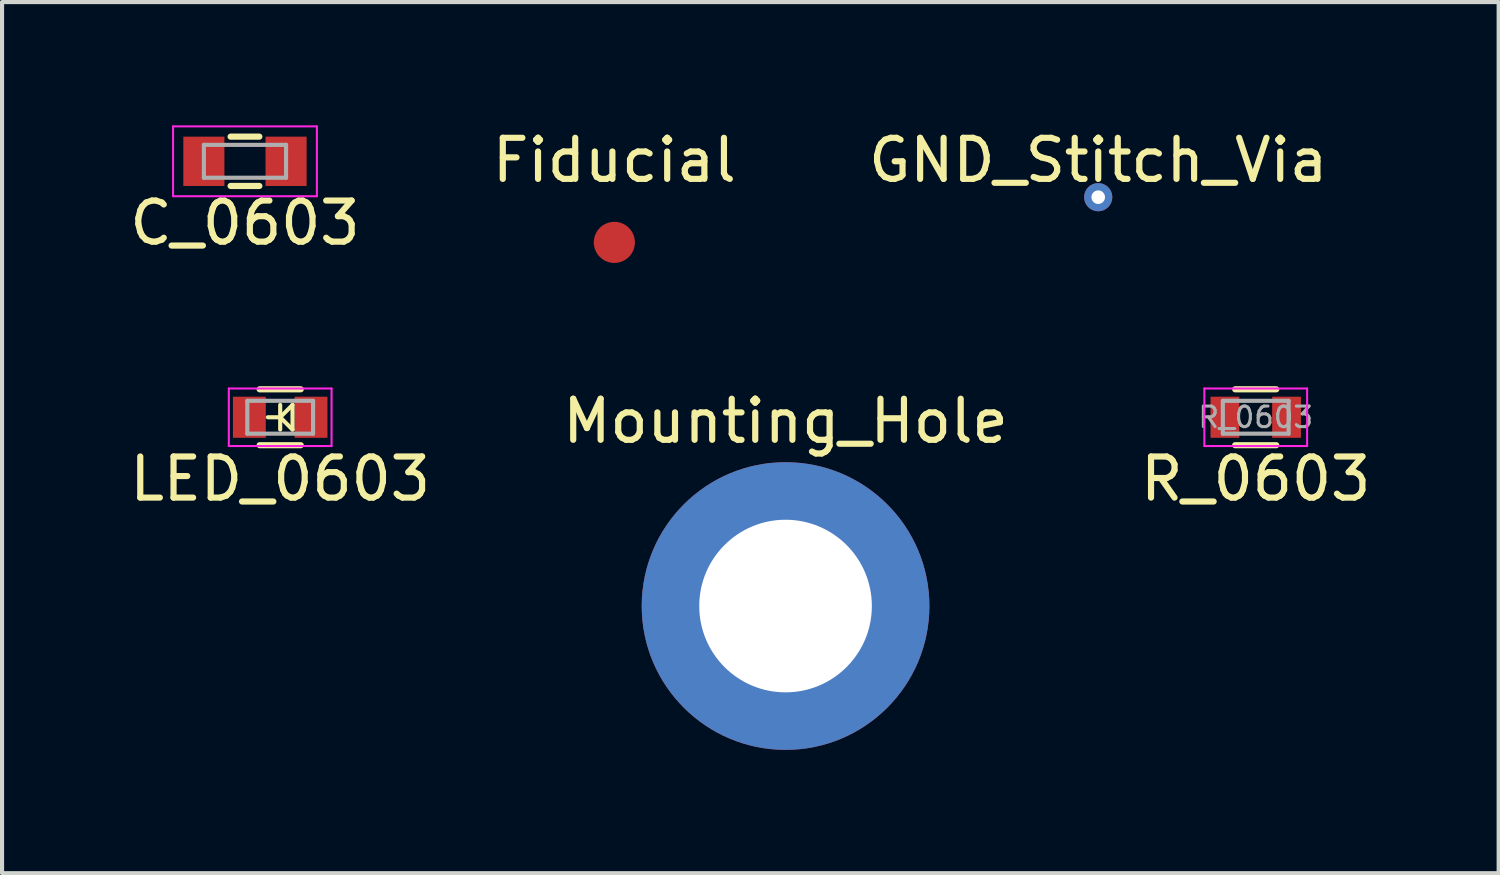
<source format=kicad_pcb>
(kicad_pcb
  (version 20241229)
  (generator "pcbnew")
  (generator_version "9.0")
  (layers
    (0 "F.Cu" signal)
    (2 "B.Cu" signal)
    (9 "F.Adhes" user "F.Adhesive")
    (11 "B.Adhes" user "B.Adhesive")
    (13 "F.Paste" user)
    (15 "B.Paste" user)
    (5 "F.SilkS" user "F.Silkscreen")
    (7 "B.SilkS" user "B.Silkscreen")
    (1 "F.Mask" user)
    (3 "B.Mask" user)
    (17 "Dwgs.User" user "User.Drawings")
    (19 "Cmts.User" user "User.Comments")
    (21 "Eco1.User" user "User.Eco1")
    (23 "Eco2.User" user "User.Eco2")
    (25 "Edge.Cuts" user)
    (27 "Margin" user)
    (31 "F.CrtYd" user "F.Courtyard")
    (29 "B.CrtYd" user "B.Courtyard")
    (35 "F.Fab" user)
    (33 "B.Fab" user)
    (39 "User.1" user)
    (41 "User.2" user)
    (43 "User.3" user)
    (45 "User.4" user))
  (footprint "R_0603"
    (layer "F.Cu")
    (at 27.506 7.103)
    (property "Reference" "R_0603" (at 0 1.5 0) (layer "F.SilkS") (effects (font (size 1 1) (thickness 0.15))))
    (attr smd)
    (fp_line (start -0.5 -0.68) (end 0.5 -0.68) (stroke (width 0.15) (type solid)) (layer "F.SilkS"))
    (fp_line (start 0.5 0.68) (end -0.5 0.68) (stroke (width 0.15) (type solid)) (layer "F.SilkS"))
    (fp_line (start -1.25 -0.7) (end -1.25 0.7) (stroke (width 0.05) (type solid)) (layer "F.CrtYd"))
    (fp_line (start -1.25 -0.7) (end 1.25 -0.7) (stroke (width 0.05) (type solid)) (layer "F.CrtYd"))
    (fp_line (start 1.25 0.7) (end -1.25 0.7) (stroke (width 0.05) (type solid)) (layer "F.CrtYd"))
    (fp_line (start 1.25 0.7) (end 1.25 -0.7) (stroke (width 0.05) (type solid)) (layer "F.CrtYd"))
    (fp_line (start -0.8 -0.4) (end 0.8 -0.4) (stroke (width 0.1) (type solid)) (layer "F.Fab"))
    (fp_line (start -0.8 0.4) (end -0.8 -0.4) (stroke (width 0.1) (type solid)) (layer "F.Fab"))
    (fp_line (start 0.8 -0.4) (end 0.8 0.4) (stroke (width 0.1) (type solid)) (layer "F.Fab"))
    (fp_line (start 0.8 0.4) (end -0.8 0.4) (stroke (width 0.1) (type solid)) (layer "F.Fab"))
    (fp_text user "${REFERENCE}" (at 0 0 0) (layer "F.Fab") (effects (font (size 0.5 0.5) (thickness 0.075))))
    (pad "1" smd rect (at -0.75 0) (size 0.7 1) (layers "F.Cu" "F.Mask" "F.Paste"))
    (pad "2" smd rect (at 0.75 0) (size 0.7 1) (layers "F.Cu" "F.Mask" "F.Paste")))
  (footprint "Fiducial"
    (layer "F.Cu")
    (at 11.899 2.848)
    (property "Reference" "Fiducial" (at 0 -2 0) (layer "F.SilkS") (effects (font (size 1 1) (thickness 0.15))))
    (attr smd)
    (pad "1" smd circle (at 0 0) (size 1 1) (layers "F.Cu" "F.Mask")))
  (footprint "Mounting_Hole"
    (layer "F.Cu")
    (at 16.065 11.697)
    (property "Reference" "Mounting_Hole" (at 0 -4.5 0) (layer "F.SilkS") (effects (font (size 1 1) (thickness 0.15))))
    (attr through_hole)
    (pad "1" thru_hole circle (at 0 0) (size 7 7) (drill 4.2) (layers "*.Cu" "*.Mask")))
  (footprint "C_0603"
    (layer "F.Cu")
    (at 2.911 0.875)
    (property "Reference" "C_0603" (at 0 1.5 0) (layer "F.SilkS") (effects (font (size 1 1) (thickness 0.15))))
    (attr smd)
    (fp_line (start -0.35 -0.6) (end 0.35 -0.6) (stroke (width 0.15) (type solid)) (layer "F.SilkS"))
    (fp_line (start 0.35 0.6) (end -0.35 0.6) (stroke (width 0.15) (type solid)) (layer "F.SilkS"))
    (fp_line (start -1.75 -0.85) (end -1.75 0.85) (stroke (width 0.05) (type solid)) (layer "F.CrtYd"))
    (fp_line (start -1.75 -0.85) (end 1.75 -0.85) (stroke (width 0.05) (type solid)) (layer "F.CrtYd"))
    (fp_line (start 1.75 0.85) (end -1.75 0.85) (stroke (width 0.05) (type solid)) (layer "F.CrtYd"))
    (fp_line (start 1.75 0.85) (end 1.75 -0.85) (stroke (width 0.05) (type solid)) (layer "F.CrtYd"))
    (fp_line (start -1 -0.4) (end 1 -0.4) (stroke (width 0.1) (type solid)) (layer "F.Fab"))
    (fp_line (start -1 0.4) (end -1 -0.4) (stroke (width 0.1) (type solid)) (layer "F.Fab"))
    (fp_line (start 1 -0.4) (end 1 0.4) (stroke (width 0.1) (type solid)) (layer "F.Fab"))
    (fp_line (start 1 0.4) (end -1 0.4) (stroke (width 0.1) (type solid)) (layer "F.Fab"))
    (pad "1" smd rect (at -1 0) (size 1 1.2) (layers "F.Cu" "F.Mask" "F.Paste"))
    (pad "2" smd rect (at 1 0) (size 1 1.2) (layers "F.Cu" "F.Mask" "F.Paste")))
  (footprint "LED_0603"
    (layer "F.Cu")
    (at 3.768 7.103)
    (property "Reference" "LED_0603" (at 0 1.5 0) (layer "F.SilkS") (effects (font (size 1 1) (thickness 0.15))))
    (attr smd)
    (fp_line (start -0.5 -0.68) (end 0.5 -0.68) (stroke (width 0.15) (type solid)) (layer "F.SilkS"))
    (fp_line (start -0.3 0) (end 0 0) (stroke (width 0.1) (type solid)) (layer "F.SilkS"))
    (fp_line (start 0 -0.3) (end 0 0.3) (stroke (width 0.1) (type solid)) (layer "F.SilkS"))
    (fp_line (start 0 0) (end 0.3 -0.3) (stroke (width 0.1) (type solid)) (layer "F.SilkS"))
    (fp_line (start 0.3 -0.3) (end 0.3 0.3) (stroke (width 0.1) (type solid)) (layer "F.SilkS"))
    (fp_line (start 0.3 0.3) (end 0 0) (stroke (width 0.1) (type solid)) (layer "F.SilkS"))
    (fp_line (start 0.5 0.68) (end -0.5 0.68) (stroke (width 0.15) (type solid)) (layer "F.SilkS"))
    (fp_line (start -1.25 -0.7) (end -1.25 0.7) (stroke (width 0.05) (type solid)) (layer "F.CrtYd"))
    (fp_line (start -1.25 -0.7) (end 1.25 -0.7) (stroke (width 0.05) (type solid)) (layer "F.CrtYd"))
    (fp_line (start 1.25 0.7) (end -1.25 0.7) (stroke (width 0.05) (type solid)) (layer "F.CrtYd"))
    (fp_line (start 1.25 0.7) (end 1.25 -0.7) (stroke (width 0.05) (type solid)) (layer "F.CrtYd"))
    (fp_line (start -0.8 -0.4) (end 0.8 -0.4) (stroke (width 0.1) (type solid)) (layer "F.Fab"))
    (fp_line (start -0.8 0.4) (end -0.8 -0.4) (stroke (width 0.1) (type solid)) (layer "F.Fab"))
    (fp_line (start 0.8 -0.4) (end 0.8 0.4) (stroke (width 0.1) (type solid)) (layer "F.Fab"))
    (fp_line (start 0.8 0.4) (end -0.8 0.4) (stroke (width 0.1) (type solid)) (layer "F.Fab"))
    (pad "1" smd rect (at -0.75 0) (size 0.8 1) (layers "F.Cu" "F.Mask" "F.Paste"))
    (pad "2" smd rect (at 0.75 0) (size 0.8 1) (layers "F.Cu" "F.Mask" "F.Paste")))
  (footprint "GND_Stitch_Via"
    (layer "F.Cu")
    (at 23.673 1.748)
    (property "Reference" "GND_Stitch_Via" (at 0 -0.9 0) (layer "F.SilkS") (effects (font (size 1 1) (thickness 0.15))))
    (attr through_hole)
    (pad "1" thru_hole circle (at 0 0) (size 0.686 0.686) (drill 0.33) (layers "*.Cu")))
  (gr_rect
    (start -3 -3)
    (end 33.417 18.197)
    (stroke (width 0.1) (type default))
    (fill no)
    (layer "Edge.Cuts")))
</source>
